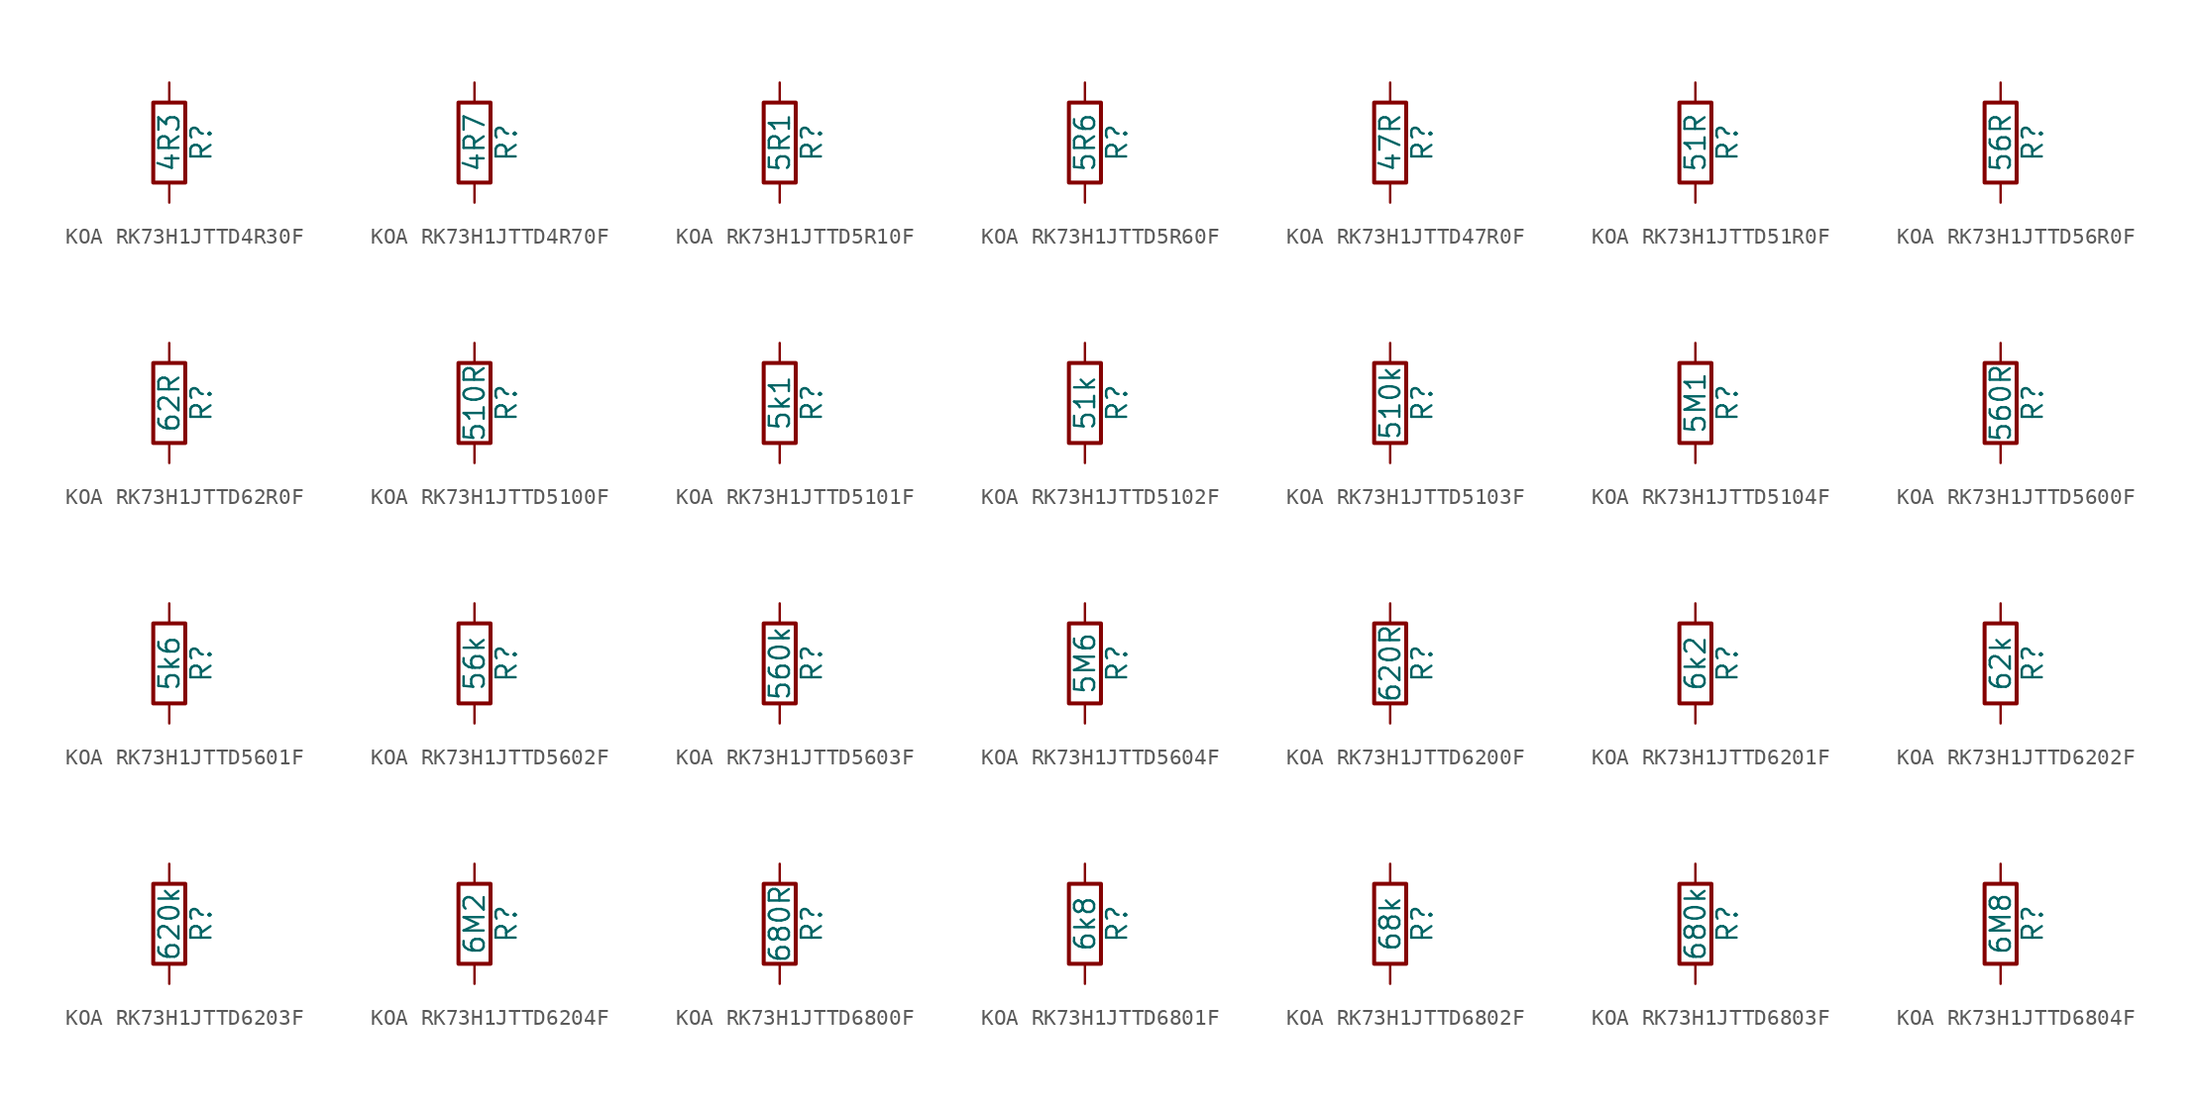
<source format=kicad_sym>
(kicad_symbol_lib
  (version 20220914)
  (generator kicad_symbol_editor)
  (symbol "KOA RK73H1JTTD4R30F"
    (pin_numbers hide)
    (pin_names
      (offset 0))
    (property "Reference" "R"
      (at 2.032 0 90)
      (effects (font (size 1.27 1.27))))
    (property "Value" "4R3"
      (at 0 0 90)
      (effects (font (size 1.27 1.27))))
    (symbol "KOA RK73H1JTTD4R30F_0_1"
      (rectangle (start -1.016 -2.54) (end 1.016 2.54) (stroke (width 0.254) (type default)) (fill (type none))))
    (symbol "KOA RK73H1JTTD4R30F_1_1"
      (pin passive line (at 0 3.81 270) (length 1.27) (name "~" (effects (font (size 1.27 1.27)))) (number "1" (effects (font (size 1.27 1.27)))))
      (pin passive line (at 0 -3.81 90) (length 1.27) (name "~" (effects (font (size 1.27 1.27)))) (number "2" (effects (font (size 1.27 1.27)))))))
  (symbol "KOA RK73H1JTTD4R70F"
    (pin_numbers hide)
    (pin_names
      (offset 0))
    (property "Reference" "R"
      (at 2.032 0 90)
      (effects (font (size 1.27 1.27))))
    (property "Value" "4R7"
      (at 0 0 90)
      (effects (font (size 1.27 1.27))))
    (symbol "KOA RK73H1JTTD4R70F_0_1"
      (rectangle (start -1.016 -2.54) (end 1.016 2.54) (stroke (width 0.254) (type default)) (fill (type none))))
    (symbol "KOA RK73H1JTTD4R70F_1_1"
      (pin passive line (at 0 3.81 270) (length 1.27) (name "~" (effects (font (size 1.27 1.27)))) (number "1" (effects (font (size 1.27 1.27)))))
      (pin passive line (at 0 -3.81 90) (length 1.27) (name "~" (effects (font (size 1.27 1.27)))) (number "2" (effects (font (size 1.27 1.27)))))))
  (symbol "KOA RK73H1JTTD5R10F"
    (pin_numbers hide)
    (pin_names
      (offset 0))
    (property "Reference" "R"
      (at 2.032 0 90)
      (effects (font (size 1.27 1.27))))
    (property "Value" "5R1"
      (at 0 0 90)
      (effects (font (size 1.27 1.27))))
    (symbol "KOA RK73H1JTTD5R10F_0_1"
      (rectangle (start -1.016 -2.54) (end 1.016 2.54) (stroke (width 0.254) (type default)) (fill (type none))))
    (symbol "KOA RK73H1JTTD5R10F_1_1"
      (pin passive line (at 0 3.81 270) (length 1.27) (name "~" (effects (font (size 1.27 1.27)))) (number "1" (effects (font (size 1.27 1.27)))))
      (pin passive line (at 0 -3.81 90) (length 1.27) (name "~" (effects (font (size 1.27 1.27)))) (number "2" (effects (font (size 1.27 1.27)))))))
  (symbol "KOA RK73H1JTTD5R60F"
    (pin_numbers hide)
    (pin_names
      (offset 0))
    (property "Reference" "R"
      (at 2.032 0 90)
      (effects (font (size 1.27 1.27))))
    (property "Value" "5R6"
      (at 0 0 90)
      (effects (font (size 1.27 1.27))))
    (symbol "KOA RK73H1JTTD5R60F_0_1"
      (rectangle (start -1.016 -2.54) (end 1.016 2.54) (stroke (width 0.254) (type default)) (fill (type none))))
    (symbol "KOA RK73H1JTTD5R60F_1_1"
      (pin passive line (at 0 3.81 270) (length 1.27) (name "~" (effects (font (size 1.27 1.27)))) (number "1" (effects (font (size 1.27 1.27)))))
      (pin passive line (at 0 -3.81 90) (length 1.27) (name "~" (effects (font (size 1.27 1.27)))) (number "2" (effects (font (size 1.27 1.27)))))))
  (symbol "KOA RK73H1JTTD47R0F"
    (pin_numbers hide)
    (pin_names
      (offset 0))
    (property "Reference" "R"
      (at 2.032 0 90)
      (effects (font (size 1.27 1.27))))
    (property "Value" "47R"
      (at 0 0 90)
      (effects (font (size 1.27 1.27))))
    (symbol "KOA RK73H1JTTD47R0F_0_1"
      (rectangle (start -1.016 -2.54) (end 1.016 2.54) (stroke (width 0.254) (type default)) (fill (type none))))
    (symbol "KOA RK73H1JTTD47R0F_1_1"
      (pin passive line (at 0 3.81 270) (length 1.27) (name "~" (effects (font (size 1.27 1.27)))) (number "1" (effects (font (size 1.27 1.27)))))
      (pin passive line (at 0 -3.81 90) (length 1.27) (name "~" (effects (font (size 1.27 1.27)))) (number "2" (effects (font (size 1.27 1.27)))))))
  (symbol "KOA RK73H1JTTD51R0F"
    (pin_numbers hide)
    (pin_names
      (offset 0))
    (property "Reference" "R"
      (at 2.032 0 90)
      (effects (font (size 1.27 1.27))))
    (property "Value" "51R"
      (at 0 0 90)
      (effects (font (size 1.27 1.27))))
    (symbol "KOA RK73H1JTTD51R0F_0_1"
      (rectangle (start -1.016 -2.54) (end 1.016 2.54) (stroke (width 0.254) (type default)) (fill (type none))))
    (symbol "KOA RK73H1JTTD51R0F_1_1"
      (pin passive line (at 0 3.81 270) (length 1.27) (name "~" (effects (font (size 1.27 1.27)))) (number "1" (effects (font (size 1.27 1.27)))))
      (pin passive line (at 0 -3.81 90) (length 1.27) (name "~" (effects (font (size 1.27 1.27)))) (number "2" (effects (font (size 1.27 1.27)))))))
  (symbol "KOA RK73H1JTTD56R0F"
    (pin_numbers hide)
    (pin_names
      (offset 0))
    (property "Reference" "R"
      (at 2.032 0 90)
      (effects (font (size 1.27 1.27))))
    (property "Value" "56R"
      (at 0 0 90)
      (effects (font (size 1.27 1.27))))
    (symbol "KOA RK73H1JTTD56R0F_0_1"
      (rectangle (start -1.016 -2.54) (end 1.016 2.54) (stroke (width 0.254) (type default)) (fill (type none))))
    (symbol "KOA RK73H1JTTD56R0F_1_1"
      (pin passive line (at 0 3.81 270) (length 1.27) (name "~" (effects (font (size 1.27 1.27)))) (number "1" (effects (font (size 1.27 1.27)))))
      (pin passive line (at 0 -3.81 90) (length 1.27) (name "~" (effects (font (size 1.27 1.27)))) (number "2" (effects (font (size 1.27 1.27)))))))
  (symbol "KOA RK73H1JTTD62R0F"
    (pin_numbers hide)
    (pin_names
      (offset 0))
    (property "Reference" "R"
      (at 2.032 0 90)
      (effects (font (size 1.27 1.27))))
    (property "Value" "62R"
      (at 0 0 90)
      (effects (font (size 1.27 1.27))))
    (symbol "KOA RK73H1JTTD62R0F_0_1"
      (rectangle (start -1.016 -2.54) (end 1.016 2.54) (stroke (width 0.254) (type default)) (fill (type none))))
    (symbol "KOA RK73H1JTTD62R0F_1_1"
      (pin passive line (at 0 3.81 270) (length 1.27) (name "~" (effects (font (size 1.27 1.27)))) (number "1" (effects (font (size 1.27 1.27)))))
      (pin passive line (at 0 -3.81 90) (length 1.27) (name "~" (effects (font (size 1.27 1.27)))) (number "2" (effects (font (size 1.27 1.27)))))))
  (symbol "KOA RK73H1JTTD5100F"
    (pin_numbers hide)
    (pin_names
      (offset 0))
    (property "Reference" "R"
      (at 2.032 0 90)
      (effects (font (size 1.27 1.27))))
    (property "Value" "510R"
      (at 0 0 90)
      (effects (font (size 1.27 1.27))))
    (symbol "KOA RK73H1JTTD5100F_0_1"
      (rectangle (start -1.016 -2.54) (end 1.016 2.54) (stroke (width 0.254) (type default)) (fill (type none))))
    (symbol "KOA RK73H1JTTD5100F_1_1"
      (pin passive line (at 0 3.81 270) (length 1.27) (name "~" (effects (font (size 1.27 1.27)))) (number "1" (effects (font (size 1.27 1.27)))))
      (pin passive line (at 0 -3.81 90) (length 1.27) (name "~" (effects (font (size 1.27 1.27)))) (number "2" (effects (font (size 1.27 1.27)))))))
  (symbol "KOA RK73H1JTTD5101F"
    (pin_numbers hide)
    (pin_names
      (offset 0))
    (property "Reference" "R"
      (at 2.032 0 90)
      (effects (font (size 1.27 1.27))))
    (property "Value" "5k1"
      (at 0 0 90)
      (effects (font (size 1.27 1.27))))
    (symbol "KOA RK73H1JTTD5101F_0_1"
      (rectangle (start -1.016 -2.54) (end 1.016 2.54) (stroke (width 0.254) (type default)) (fill (type none))))
    (symbol "KOA RK73H1JTTD5101F_1_1"
      (pin passive line (at 0 3.81 270) (length 1.27) (name "~" (effects (font (size 1.27 1.27)))) (number "1" (effects (font (size 1.27 1.27)))))
      (pin passive line (at 0 -3.81 90) (length 1.27) (name "~" (effects (font (size 1.27 1.27)))) (number "2" (effects (font (size 1.27 1.27)))))))
  (symbol "KOA RK73H1JTTD5102F"
    (pin_numbers hide)
    (pin_names
      (offset 0))
    (property "Reference" "R"
      (at 2.032 0 90)
      (effects (font (size 1.27 1.27))))
    (property "Value" "51k"
      (at 0 0 90)
      (effects (font (size 1.27 1.27))))
    (symbol "KOA RK73H1JTTD5102F_0_1"
      (rectangle (start -1.016 -2.54) (end 1.016 2.54) (stroke (width 0.254) (type default)) (fill (type none))))
    (symbol "KOA RK73H1JTTD5102F_1_1"
      (pin passive line (at 0 3.81 270) (length 1.27) (name "~" (effects (font (size 1.27 1.27)))) (number "1" (effects (font (size 1.27 1.27)))))
      (pin passive line (at 0 -3.81 90) (length 1.27) (name "~" (effects (font (size 1.27 1.27)))) (number "2" (effects (font (size 1.27 1.27)))))))
  (symbol "KOA RK73H1JTTD5103F"
    (pin_numbers hide)
    (pin_names
      (offset 0))
    (property "Reference" "R"
      (at 2.032 0 90)
      (effects (font (size 1.27 1.27))))
    (property "Value" "510k"
      (at 0 0 90)
      (effects (font (size 1.27 1.27))))
    (symbol "KOA RK73H1JTTD5103F_0_1"
      (rectangle (start -1.016 -2.54) (end 1.016 2.54) (stroke (width 0.254) (type default)) (fill (type none))))
    (symbol "KOA RK73H1JTTD5103F_1_1"
      (pin passive line (at 0 3.81 270) (length 1.27) (name "~" (effects (font (size 1.27 1.27)))) (number "1" (effects (font (size 1.27 1.27)))))
      (pin passive line (at 0 -3.81 90) (length 1.27) (name "~" (effects (font (size 1.27 1.27)))) (number "2" (effects (font (size 1.27 1.27)))))))
  (symbol "KOA RK73H1JTTD5104F"
    (pin_numbers hide)
    (pin_names
      (offset 0))
    (property "Reference" "R"
      (at 2.032 0 90)
      (effects (font (size 1.27 1.27))))
    (property "Value" "5M1"
      (at 0 0 90)
      (effects (font (size 1.27 1.27))))
    (symbol "KOA RK73H1JTTD5104F_0_1"
      (rectangle (start -1.016 -2.54) (end 1.016 2.54) (stroke (width 0.254) (type default)) (fill (type none))))
    (symbol "KOA RK73H1JTTD5104F_1_1"
      (pin passive line (at 0 3.81 270) (length 1.27) (name "~" (effects (font (size 1.27 1.27)))) (number "1" (effects (font (size 1.27 1.27)))))
      (pin passive line (at 0 -3.81 90) (length 1.27) (name "~" (effects (font (size 1.27 1.27)))) (number "2" (effects (font (size 1.27 1.27)))))))
  (symbol "KOA RK73H1JTTD5600F"
    (pin_numbers hide)
    (pin_names
      (offset 0))
    (property "Reference" "R"
      (at 2.032 0 90)
      (effects (font (size 1.27 1.27))))
    (property "Value" "560R"
      (at 0 0 90)
      (effects (font (size 1.27 1.27))))
    (symbol "KOA RK73H1JTTD5600F_0_1"
      (rectangle (start -1.016 -2.54) (end 1.016 2.54) (stroke (width 0.254) (type default)) (fill (type none))))
    (symbol "KOA RK73H1JTTD5600F_1_1"
      (pin passive line (at 0 3.81 270) (length 1.27) (name "~" (effects (font (size 1.27 1.27)))) (number "1" (effects (font (size 1.27 1.27)))))
      (pin passive line (at 0 -3.81 90) (length 1.27) (name "~" (effects (font (size 1.27 1.27)))) (number "2" (effects (font (size 1.27 1.27)))))))
  (symbol "KOA RK73H1JTTD5601F"
    (pin_numbers hide)
    (pin_names
      (offset 0))
    (property "Reference" "R"
      (at 2.032 0 90)
      (effects (font (size 1.27 1.27))))
    (property "Value" "5k6"
      (at 0 0 90)
      (effects (font (size 1.27 1.27))))
    (symbol "KOA RK73H1JTTD5601F_0_1"
      (rectangle (start -1.016 -2.54) (end 1.016 2.54) (stroke (width 0.254) (type default)) (fill (type none))))
    (symbol "KOA RK73H1JTTD5601F_1_1"
      (pin passive line (at 0 3.81 270) (length 1.27) (name "~" (effects (font (size 1.27 1.27)))) (number "1" (effects (font (size 1.27 1.27)))))
      (pin passive line (at 0 -3.81 90) (length 1.27) (name "~" (effects (font (size 1.27 1.27)))) (number "2" (effects (font (size 1.27 1.27)))))))
  (symbol "KOA RK73H1JTTD5602F"
    (pin_numbers hide)
    (pin_names
      (offset 0))
    (property "Reference" "R"
      (at 2.032 0 90)
      (effects (font (size 1.27 1.27))))
    (property "Value" "56k"
      (at 0 0 90)
      (effects (font (size 1.27 1.27))))
    (symbol "KOA RK73H1JTTD5602F_0_1"
      (rectangle (start -1.016 -2.54) (end 1.016 2.54) (stroke (width 0.254) (type default)) (fill (type none))))
    (symbol "KOA RK73H1JTTD5602F_1_1"
      (pin passive line (at 0 3.81 270) (length 1.27) (name "~" (effects (font (size 1.27 1.27)))) (number "1" (effects (font (size 1.27 1.27)))))
      (pin passive line (at 0 -3.81 90) (length 1.27) (name "~" (effects (font (size 1.27 1.27)))) (number "2" (effects (font (size 1.27 1.27)))))))
  (symbol "KOA RK73H1JTTD5603F"
    (pin_numbers hide)
    (pin_names
      (offset 0))
    (property "Reference" "R"
      (at 2.032 0 90)
      (effects (font (size 1.27 1.27))))
    (property "Value" "560k"
      (at 0 0 90)
      (effects (font (size 1.27 1.27))))
    (symbol "KOA RK73H1JTTD5603F_0_1"
      (rectangle (start -1.016 -2.54) (end 1.016 2.54) (stroke (width 0.254) (type default)) (fill (type none))))
    (symbol "KOA RK73H1JTTD5603F_1_1"
      (pin passive line (at 0 3.81 270) (length 1.27) (name "~" (effects (font (size 1.27 1.27)))) (number "1" (effects (font (size 1.27 1.27)))))
      (pin passive line (at 0 -3.81 90) (length 1.27) (name "~" (effects (font (size 1.27 1.27)))) (number "2" (effects (font (size 1.27 1.27)))))))
  (symbol "KOA RK73H1JTTD5604F"
    (pin_numbers hide)
    (pin_names
      (offset 0))
    (property "Reference" "R"
      (at 2.032 0 90)
      (effects (font (size 1.27 1.27))))
    (property "Value" "5M6"
      (at 0 0 90)
      (effects (font (size 1.27 1.27))))
    (symbol "KOA RK73H1JTTD5604F_0_1"
      (rectangle (start -1.016 -2.54) (end 1.016 2.54) (stroke (width 0.254) (type default)) (fill (type none))))
    (symbol "KOA RK73H1JTTD5604F_1_1"
      (pin passive line (at 0 3.81 270) (length 1.27) (name "~" (effects (font (size 1.27 1.27)))) (number "1" (effects (font (size 1.27 1.27)))))
      (pin passive line (at 0 -3.81 90) (length 1.27) (name "~" (effects (font (size 1.27 1.27)))) (number "2" (effects (font (size 1.27 1.27)))))))
  (symbol "KOA RK73H1JTTD6200F"
    (pin_numbers hide)
    (pin_names
      (offset 0))
    (property "Reference" "R"
      (at 2.032 0 90)
      (effects (font (size 1.27 1.27))))
    (property "Value" "620R"
      (at 0 0 90)
      (effects (font (size 1.27 1.27))))
    (symbol "KOA RK73H1JTTD6200F_0_1"
      (rectangle (start -1.016 -2.54) (end 1.016 2.54) (stroke (width 0.254) (type default)) (fill (type none))))
    (symbol "KOA RK73H1JTTD6200F_1_1"
      (pin passive line (at 0 3.81 270) (length 1.27) (name "~" (effects (font (size 1.27 1.27)))) (number "1" (effects (font (size 1.27 1.27)))))
      (pin passive line (at 0 -3.81 90) (length 1.27) (name "~" (effects (font (size 1.27 1.27)))) (number "2" (effects (font (size 1.27 1.27)))))))
  (symbol "KOA RK73H1JTTD6201F"
    (pin_numbers hide)
    (pin_names
      (offset 0))
    (property "Reference" "R"
      (at 2.032 0 90)
      (effects (font (size 1.27 1.27))))
    (property "Value" "6k2"
      (at 0 0 90)
      (effects (font (size 1.27 1.27))))
    (symbol "KOA RK73H1JTTD6201F_0_1"
      (rectangle (start -1.016 -2.54) (end 1.016 2.54) (stroke (width 0.254) (type default)) (fill (type none))))
    (symbol "KOA RK73H1JTTD6201F_1_1"
      (pin passive line (at 0 3.81 270) (length 1.27) (name "~" (effects (font (size 1.27 1.27)))) (number "1" (effects (font (size 1.27 1.27)))))
      (pin passive line (at 0 -3.81 90) (length 1.27) (name "~" (effects (font (size 1.27 1.27)))) (number "2" (effects (font (size 1.27 1.27)))))))
  (symbol "KOA RK73H1JTTD6202F"
    (pin_numbers hide)
    (pin_names
      (offset 0))
    (property "Reference" "R"
      (at 2.032 0 90)
      (effects (font (size 1.27 1.27))))
    (property "Value" "62k"
      (at 0 0 90)
      (effects (font (size 1.27 1.27))))
    (symbol "KOA RK73H1JTTD6202F_0_1"
      (rectangle (start -1.016 -2.54) (end 1.016 2.54) (stroke (width 0.254) (type default)) (fill (type none))))
    (symbol "KOA RK73H1JTTD6202F_1_1"
      (pin passive line (at 0 3.81 270) (length 1.27) (name "~" (effects (font (size 1.27 1.27)))) (number "1" (effects (font (size 1.27 1.27)))))
      (pin passive line (at 0 -3.81 90) (length 1.27) (name "~" (effects (font (size 1.27 1.27)))) (number "2" (effects (font (size 1.27 1.27)))))))
  (symbol "KOA RK73H1JTTD6203F"
    (pin_numbers hide)
    (pin_names
      (offset 0))
    (property "Reference" "R"
      (at 2.032 0 90)
      (effects (font (size 1.27 1.27))))
    (property "Value" "620k"
      (at 0 0 90)
      (effects (font (size 1.27 1.27))))
    (symbol "KOA RK73H1JTTD6203F_0_1"
      (rectangle (start -1.016 -2.54) (end 1.016 2.54) (stroke (width 0.254) (type default)) (fill (type none))))
    (symbol "KOA RK73H1JTTD6203F_1_1"
      (pin passive line (at 0 3.81 270) (length 1.27) (name "~" (effects (font (size 1.27 1.27)))) (number "1" (effects (font (size 1.27 1.27)))))
      (pin passive line (at 0 -3.81 90) (length 1.27) (name "~" (effects (font (size 1.27 1.27)))) (number "2" (effects (font (size 1.27 1.27)))))))
  (symbol "KOA RK73H1JTTD6204F"
    (pin_numbers hide)
    (pin_names
      (offset 0))
    (property "Reference" "R"
      (at 2.032 0 90)
      (effects (font (size 1.27 1.27))))
    (property "Value" "6M2"
      (at 0 0 90)
      (effects (font (size 1.27 1.27))))
    (symbol "KOA RK73H1JTTD6204F_0_1"
      (rectangle (start -1.016 -2.54) (end 1.016 2.54) (stroke (width 0.254) (type default)) (fill (type none))))
    (symbol "KOA RK73H1JTTD6204F_1_1"
      (pin passive line (at 0 3.81 270) (length 1.27) (name "~" (effects (font (size 1.27 1.27)))) (number "1" (effects (font (size 1.27 1.27)))))
      (pin passive line (at 0 -3.81 90) (length 1.27) (name "~" (effects (font (size 1.27 1.27)))) (number "2" (effects (font (size 1.27 1.27)))))))
  (symbol "KOA RK73H1JTTD6800F"
    (pin_numbers hide)
    (pin_names
      (offset 0))
    (property "Reference" "R"
      (at 2.032 0 90)
      (effects (font (size 1.27 1.27))))
    (property "Value" "680R"
      (at 0 0 90)
      (effects (font (size 1.27 1.27))))
    (symbol "KOA RK73H1JTTD6800F_0_1"
      (rectangle (start -1.016 -2.54) (end 1.016 2.54) (stroke (width 0.254) (type default)) (fill (type none))))
    (symbol "KOA RK73H1JTTD6800F_1_1"
      (pin passive line (at 0 3.81 270) (length 1.27) (name "~" (effects (font (size 1.27 1.27)))) (number "1" (effects (font (size 1.27 1.27)))))
      (pin passive line (at 0 -3.81 90) (length 1.27) (name "~" (effects (font (size 1.27 1.27)))) (number "2" (effects (font (size 1.27 1.27)))))))
  (symbol "KOA RK73H1JTTD6801F"
    (pin_numbers hide)
    (pin_names
      (offset 0))
    (property "Reference" "R"
      (at 2.032 0 90)
      (effects (font (size 1.27 1.27))))
    (property "Value" "6k8"
      (at 0 0 90)
      (effects (font (size 1.27 1.27))))
    (symbol "KOA RK73H1JTTD6801F_0_1"
      (rectangle (start -1.016 -2.54) (end 1.016 2.54) (stroke (width 0.254) (type default)) (fill (type none))))
    (symbol "KOA RK73H1JTTD6801F_1_1"
      (pin passive line (at 0 3.81 270) (length 1.27) (name "~" (effects (font (size 1.27 1.27)))) (number "1" (effects (font (size 1.27 1.27)))))
      (pin passive line (at 0 -3.81 90) (length 1.27) (name "~" (effects (font (size 1.27 1.27)))) (number "2" (effects (font (size 1.27 1.27)))))))
  (symbol "KOA RK73H1JTTD6802F"
    (pin_numbers hide)
    (pin_names
      (offset 0))
    (property "Reference" "R"
      (at 2.032 0 90)
      (effects (font (size 1.27 1.27))))
    (property "Value" "68k"
      (at 0 0 90)
      (effects (font (size 1.27 1.27))))
    (symbol "KOA RK73H1JTTD6802F_0_1"
      (rectangle (start -1.016 -2.54) (end 1.016 2.54) (stroke (width 0.254) (type default)) (fill (type none))))
    (symbol "KOA RK73H1JTTD6802F_1_1"
      (pin passive line (at 0 3.81 270) (length 1.27) (name "~" (effects (font (size 1.27 1.27)))) (number "1" (effects (font (size 1.27 1.27)))))
      (pin passive line (at 0 -3.81 90) (length 1.27) (name "~" (effects (font (size 1.27 1.27)))) (number "2" (effects (font (size 1.27 1.27)))))))
  (symbol "KOA RK73H1JTTD6803F"
    (pin_numbers hide)
    (pin_names
      (offset 0))
    (property "Reference" "R"
      (at 2.032 0 90)
      (effects (font (size 1.27 1.27))))
    (property "Value" "680k"
      (at 0 0 90)
      (effects (font (size 1.27 1.27))))
    (symbol "KOA RK73H1JTTD6803F_0_1"
      (rectangle (start -1.016 -2.54) (end 1.016 2.54) (stroke (width 0.254) (type default)) (fill (type none))))
    (symbol "KOA RK73H1JTTD6803F_1_1"
      (pin passive line (at 0 3.81 270) (length 1.27) (name "~" (effects (font (size 1.27 1.27)))) (number "1" (effects (font (size 1.27 1.27)))))
      (pin passive line (at 0 -3.81 90) (length 1.27) (name "~" (effects (font (size 1.27 1.27)))) (number "2" (effects (font (size 1.27 1.27)))))))
  (symbol "KOA RK73H1JTTD6804F"
    (pin_numbers hide)
    (pin_names
      (offset 0))
    (property "Reference" "R"
      (at 2.032 0 90)
      (effects (font (size 1.27 1.27))))
    (property "Value" "6M8"
      (at 0 0 90)
      (effects (font (size 1.27 1.27))))
    (symbol "KOA RK73H1JTTD6804F_0_1"
      (rectangle (start -1.016 -2.54) (end 1.016 2.54) (stroke (width 0.254) (type default)) (fill (type none))))
    (symbol "KOA RK73H1JTTD6804F_1_1"
      (pin passive line (at 0 3.81 270) (length 1.27) (name "~" (effects (font (size 1.27 1.27)))) (number "1" (effects (font (size 1.27 1.27)))))
      (pin passive line (at 0 -3.81 90) (length 1.27) (name "~" (effects (font (size 1.27 1.27)))) (number "2" (effects (font (size 1.27 1.27))))))))
</source>
